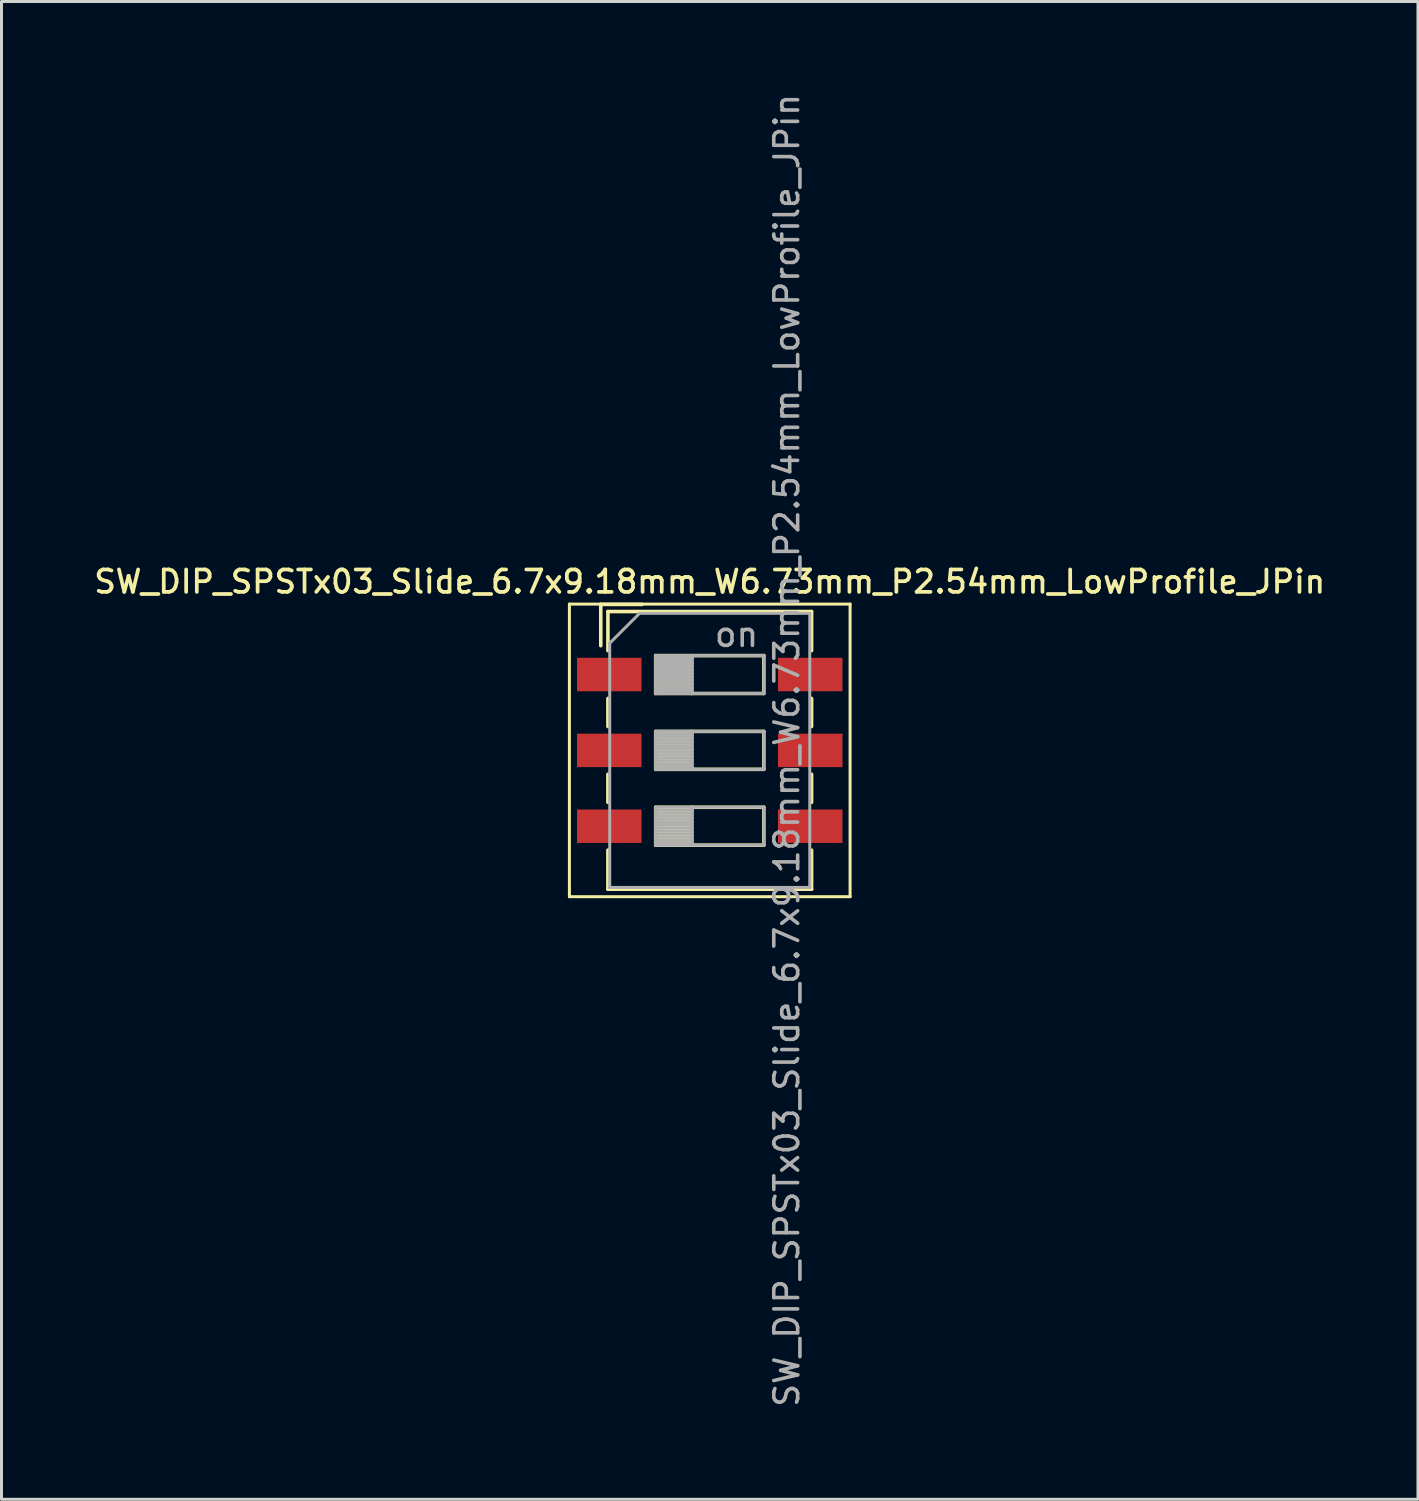
<source format=kicad_pcb>
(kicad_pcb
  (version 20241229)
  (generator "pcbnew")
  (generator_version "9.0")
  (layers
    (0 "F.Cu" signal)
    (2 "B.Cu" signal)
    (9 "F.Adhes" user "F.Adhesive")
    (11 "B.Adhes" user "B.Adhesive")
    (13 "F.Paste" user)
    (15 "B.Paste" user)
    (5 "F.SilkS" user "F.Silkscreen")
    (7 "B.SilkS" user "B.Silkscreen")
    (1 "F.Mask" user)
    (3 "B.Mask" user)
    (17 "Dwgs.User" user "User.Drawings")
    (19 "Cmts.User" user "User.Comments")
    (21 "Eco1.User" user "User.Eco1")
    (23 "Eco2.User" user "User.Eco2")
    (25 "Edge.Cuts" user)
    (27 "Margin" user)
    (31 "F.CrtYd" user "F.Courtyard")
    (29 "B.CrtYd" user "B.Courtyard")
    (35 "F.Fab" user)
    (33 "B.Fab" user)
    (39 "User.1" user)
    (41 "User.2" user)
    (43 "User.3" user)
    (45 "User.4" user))
  (footprint "SW_DIP_SPSTx03_Slide_6.7x9.18mm_W6.73mm_P2.54mm_LowProfile_JPin"
    (layer "F.Cu")
    (at 20.72 22.081)
    (property "Reference" "SW_DIP_SPSTx03_Slide_6.7x9.18mm_W6.73mm_P2.54mm_LowProfile_JPin" (at 0 -5.65 0) (layer "F.SilkS") (effects (font (size 0.75 0.75) (thickness 0.125))))
    (attr smd)
    (fp_line (start -4.7 -4.9) (end -4.7 4.9) (stroke (width 0.1) (type solid)) (layer "F.SilkS"))
    (fp_line (start -4.7 4.9) (end 4.7 4.9) (stroke (width 0.1) (type solid)) (layer "F.SilkS"))
    (fp_line (start -3.65 -4.89) (end -3.65 -3.507) (stroke (width 0.12) (type solid)) (layer "F.SilkS"))
    (fp_line (start -3.65 -4.89) (end -2.267 -4.89) (stroke (width 0.12) (type solid)) (layer "F.SilkS"))
    (fp_line (start -3.41 -4.65) (end -3.41 -3.34) (stroke (width 0.12) (type solid)) (layer "F.SilkS"))
    (fp_line (start -3.41 -4.65) (end 3.41 -4.65) (stroke (width 0.12) (type solid)) (layer "F.SilkS"))
    (fp_line (start -3.41 -1.74) (end -3.41 -0.8) (stroke (width 0.12) (type solid)) (layer "F.SilkS"))
    (fp_line (start -3.41 0.8) (end -3.41 1.74) (stroke (width 0.12) (type solid)) (layer "F.SilkS"))
    (fp_line (start -3.41 3.34) (end -3.41 4.65) (stroke (width 0.12) (type solid)) (layer "F.SilkS"))
    (fp_line (start -3.41 4.65) (end 3.41 4.65) (stroke (width 0.12) (type solid)) (layer "F.SilkS"))
    (fp_line (start -1.81 -3.175) (end -1.81 -1.905) (stroke (width 0.12) (type solid)) (layer "F.SilkS"))
    (fp_line (start -1.81 -3.055) (end -0.603 -3.055) (stroke (width 0.12) (type solid)) (layer "F.SilkS"))
    (fp_line (start -1.81 -2.935) (end -0.603 -2.935) (stroke (width 0.12) (type solid)) (layer "F.SilkS"))
    (fp_line (start -1.81 -2.815) (end -0.603 -2.815) (stroke (width 0.12) (type solid)) (layer "F.SilkS"))
    (fp_line (start -1.81 -2.695) (end -0.603 -2.695) (stroke (width 0.12) (type solid)) (layer "F.SilkS"))
    (fp_line (start -1.81 -2.575) (end -0.603 -2.575) (stroke (width 0.12) (type solid)) (layer "F.SilkS"))
    (fp_line (start -1.81 -2.455) (end -0.603 -2.455) (stroke (width 0.12) (type solid)) (layer "F.SilkS"))
    (fp_line (start -1.81 -2.335) (end -0.603 -2.335) (stroke (width 0.12) (type solid)) (layer "F.SilkS"))
    (fp_line (start -1.81 -2.215) (end -0.603 -2.215) (stroke (width 0.12) (type solid)) (layer "F.SilkS"))
    (fp_line (start -1.81 -2.095) (end -0.603 -2.095) (stroke (width 0.12) (type solid)) (layer "F.SilkS"))
    (fp_line (start -1.81 -1.975) (end -0.603 -1.975) (stroke (width 0.12) (type solid)) (layer "F.SilkS"))
    (fp_line (start -1.81 -1.905) (end 1.81 -1.905) (stroke (width 0.12) (type solid)) (layer "F.SilkS"))
    (fp_line (start -1.81 -0.635) (end -1.81 0.635) (stroke (width 0.12) (type solid)) (layer "F.SilkS"))
    (fp_line (start -1.81 -0.515) (end -0.603 -0.515) (stroke (width 0.12) (type solid)) (layer "F.SilkS"))
    (fp_line (start -1.81 -0.395) (end -0.603 -0.395) (stroke (width 0.12) (type solid)) (layer "F.SilkS"))
    (fp_line (start -1.81 -0.275) (end -0.603 -0.275) (stroke (width 0.12) (type solid)) (layer "F.SilkS"))
    (fp_line (start -1.81 -0.155) (end -0.603 -0.155) (stroke (width 0.12) (type solid)) (layer "F.SilkS"))
    (fp_line (start -1.81 -0.035) (end -0.603 -0.035) (stroke (width 0.12) (type solid)) (layer "F.SilkS"))
    (fp_line (start -1.81 0.085) (end -0.603 0.085) (stroke (width 0.12) (type solid)) (layer "F.SilkS"))
    (fp_line (start -1.81 0.205) (end -0.603 0.205) (stroke (width 0.12) (type solid)) (layer "F.SilkS"))
    (fp_line (start -1.81 0.325) (end -0.603 0.325) (stroke (width 0.12) (type solid)) (layer "F.SilkS"))
    (fp_line (start -1.81 0.445) (end -0.603 0.445) (stroke (width 0.12) (type solid)) (layer "F.SilkS"))
    (fp_line (start -1.81 0.565) (end -0.603 0.565) (stroke (width 0.12) (type solid)) (layer "F.SilkS"))
    (fp_line (start -1.81 0.635) (end 1.81 0.635) (stroke (width 0.12) (type solid)) (layer "F.SilkS"))
    (fp_line (start -1.81 1.905) (end -1.81 3.175) (stroke (width 0.12) (type solid)) (layer "F.SilkS"))
    (fp_line (start -1.81 2.025) (end -0.603 2.025) (stroke (width 0.12) (type solid)) (layer "F.SilkS"))
    (fp_line (start -1.81 2.145) (end -0.603 2.145) (stroke (width 0.12) (type solid)) (layer "F.SilkS"))
    (fp_line (start -1.81 2.265) (end -0.603 2.265) (stroke (width 0.12) (type solid)) (layer "F.SilkS"))
    (fp_line (start -1.81 2.385) (end -0.603 2.385) (stroke (width 0.12) (type solid)) (layer "F.SilkS"))
    (fp_line (start -1.81 2.505) (end -0.603 2.505) (stroke (width 0.12) (type solid)) (layer "F.SilkS"))
    (fp_line (start -1.81 2.625) (end -0.603 2.625) (stroke (width 0.12) (type solid)) (layer "F.SilkS"))
    (fp_line (start -1.81 2.745) (end -0.603 2.745) (stroke (width 0.12) (type solid)) (layer "F.SilkS"))
    (fp_line (start -1.81 2.865) (end -0.603 2.865) (stroke (width 0.12) (type solid)) (layer "F.SilkS"))
    (fp_line (start -1.81 2.985) (end -0.603 2.985) (stroke (width 0.12) (type solid)) (layer "F.SilkS"))
    (fp_line (start -1.81 3.105) (end -0.603 3.105) (stroke (width 0.12) (type solid)) (layer "F.SilkS"))
    (fp_line (start -1.81 3.175) (end 1.81 3.175) (stroke (width 0.12) (type solid)) (layer "F.SilkS"))
    (fp_line (start -0.603 -3.175) (end -0.603 -1.905) (stroke (width 0.12) (type solid)) (layer "F.SilkS"))
    (fp_line (start -0.603 -0.635) (end -0.603 0.635) (stroke (width 0.12) (type solid)) (layer "F.SilkS"))
    (fp_line (start -0.603 1.905) (end -0.603 3.175) (stroke (width 0.12) (type solid)) (layer "F.SilkS"))
    (fp_line (start 1.81 -3.175) (end -1.81 -3.175) (stroke (width 0.12) (type solid)) (layer "F.SilkS"))
    (fp_line (start 1.81 -1.905) (end 1.81 -3.175) (stroke (width 0.12) (type solid)) (layer "F.SilkS"))
    (fp_line (start 1.81 -0.635) (end -1.81 -0.635) (stroke (width 0.12) (type solid)) (layer "F.SilkS"))
    (fp_line (start 1.81 0.635) (end 1.81 -0.635) (stroke (width 0.12) (type solid)) (layer "F.SilkS"))
    (fp_line (start 1.81 1.905) (end -1.81 1.905) (stroke (width 0.12) (type solid)) (layer "F.SilkS"))
    (fp_line (start 1.81 3.175) (end 1.81 1.905) (stroke (width 0.12) (type solid)) (layer "F.SilkS"))
    (fp_line (start 3.41 -4.65) (end 3.41 -3.34) (stroke (width 0.12) (type solid)) (layer "F.SilkS"))
    (fp_line (start 3.41 -1.74) (end 3.41 -0.8) (stroke (width 0.12) (type solid)) (layer "F.SilkS"))
    (fp_line (start 3.41 0.8) (end 3.41 1.74) (stroke (width 0.12) (type solid)) (layer "F.SilkS"))
    (fp_line (start 3.41 3.34) (end 3.41 4.65) (stroke (width 0.12) (type solid)) (layer "F.SilkS"))
    (fp_line (start 4.7 -4.9) (end -4.7 -4.9) (stroke (width 0.1) (type solid)) (layer "F.SilkS"))
    (fp_line (start 4.7 4.9) (end 4.7 -4.9) (stroke (width 0.1) (type solid)) (layer "F.SilkS"))
    (fp_line (start -3.35 -3.59) (end -2.35 -4.59) (stroke (width 0.1) (type solid)) (layer "F.Fab"))
    (fp_line (start -3.35 4.59) (end -3.35 -3.59) (stroke (width 0.1) (type solid)) (layer "F.Fab"))
    (fp_line (start -2.35 -4.59) (end 3.35 -4.59) (stroke (width 0.1) (type solid)) (layer "F.Fab"))
    (fp_line (start -1.81 -3.175) (end -1.81 -1.905) (stroke (width 0.1) (type solid)) (layer "F.Fab"))
    (fp_line (start -1.81 -3.075) (end -0.603 -3.075) (stroke (width 0.1) (type solid)) (layer "F.Fab"))
    (fp_line (start -1.81 -2.975) (end -0.603 -2.975) (stroke (width 0.1) (type solid)) (layer "F.Fab"))
    (fp_line (start -1.81 -2.875) (end -0.603 -2.875) (stroke (width 0.1) (type solid)) (layer "F.Fab"))
    (fp_line (start -1.81 -2.775) (end -0.603 -2.775) (stroke (width 0.1) (type solid)) (layer "F.Fab"))
    (fp_line (start -1.81 -2.675) (end -0.603 -2.675) (stroke (width 0.1) (type solid)) (layer "F.Fab"))
    (fp_line (start -1.81 -2.575) (end -0.603 -2.575) (stroke (width 0.1) (type solid)) (layer "F.Fab"))
    (fp_line (start -1.81 -2.475) (end -0.603 -2.475) (stroke (width 0.1) (type solid)) (layer "F.Fab"))
    (fp_line (start -1.81 -2.375) (end -0.603 -2.375) (stroke (width 0.1) (type solid)) (layer "F.Fab"))
    (fp_line (start -1.81 -2.275) (end -0.603 -2.275) (stroke (width 0.1) (type solid)) (layer "F.Fab"))
    (fp_line (start -1.81 -2.175) (end -0.603 -2.175) (stroke (width 0.1) (type solid)) (layer "F.Fab"))
    (fp_line (start -1.81 -2.075) (end -0.603 -2.075) (stroke (width 0.1) (type solid)) (layer "F.Fab"))
    (fp_line (start -1.81 -1.975) (end -0.603 -1.975) (stroke (width 0.1) (type solid)) (layer "F.Fab"))
    (fp_line (start -1.81 -1.905) (end 1.81 -1.905) (stroke (width 0.1) (type solid)) (layer "F.Fab"))
    (fp_line (start -1.81 -0.635) (end -1.81 0.635) (stroke (width 0.1) (type solid)) (layer "F.Fab"))
    (fp_line (start -1.81 -0.535) (end -0.603 -0.535) (stroke (width 0.1) (type solid)) (layer "F.Fab"))
    (fp_line (start -1.81 -0.435) (end -0.603 -0.435) (stroke (width 0.1) (type solid)) (layer "F.Fab"))
    (fp_line (start -1.81 -0.335) (end -0.603 -0.335) (stroke (width 0.1) (type solid)) (layer "F.Fab"))
    (fp_line (start -1.81 -0.235) (end -0.603 -0.235) (stroke (width 0.1) (type solid)) (layer "F.Fab"))
    (fp_line (start -1.81 -0.135) (end -0.603 -0.135) (stroke (width 0.1) (type solid)) (layer "F.Fab"))
    (fp_line (start -1.81 -0.035) (end -0.603 -0.035) (stroke (width 0.1) (type solid)) (layer "F.Fab"))
    (fp_line (start -1.81 0.065) (end -0.603 0.065) (stroke (width 0.1) (type solid)) (layer "F.Fab"))
    (fp_line (start -1.81 0.165) (end -0.603 0.165) (stroke (width 0.1) (type solid)) (layer "F.Fab"))
    (fp_line (start -1.81 0.265) (end -0.603 0.265) (stroke (width 0.1) (type solid)) (layer "F.Fab"))
    (fp_line (start -1.81 0.365) (end -0.603 0.365) (stroke (width 0.1) (type solid)) (layer "F.Fab"))
    (fp_line (start -1.81 0.465) (end -0.603 0.465) (stroke (width 0.1) (type solid)) (layer "F.Fab"))
    (fp_line (start -1.81 0.565) (end -0.603 0.565) (stroke (width 0.1) (type solid)) (layer "F.Fab"))
    (fp_line (start -1.81 0.635) (end 1.81 0.635) (stroke (width 0.1) (type solid)) (layer "F.Fab"))
    (fp_line (start -1.81 1.905) (end -1.81 3.175) (stroke (width 0.1) (type solid)) (layer "F.Fab"))
    (fp_line (start -1.81 2.005) (end -0.603 2.005) (stroke (width 0.1) (type solid)) (layer "F.Fab"))
    (fp_line (start -1.81 2.105) (end -0.603 2.105) (stroke (width 0.1) (type solid)) (layer "F.Fab"))
    (fp_line (start -1.81 2.205) (end -0.603 2.205) (stroke (width 0.1) (type solid)) (layer "F.Fab"))
    (fp_line (start -1.81 2.305) (end -0.603 2.305) (stroke (width 0.1) (type solid)) (layer "F.Fab"))
    (fp_line (start -1.81 2.405) (end -0.603 2.405) (stroke (width 0.1) (type solid)) (layer "F.Fab"))
    (fp_line (start -1.81 2.505) (end -0.603 2.505) (stroke (width 0.1) (type solid)) (layer "F.Fab"))
    (fp_line (start -1.81 2.605) (end -0.603 2.605) (stroke (width 0.1) (type solid)) (layer "F.Fab"))
    (fp_line (start -1.81 2.705) (end -0.603 2.705) (stroke (width 0.1) (type solid)) (layer "F.Fab"))
    (fp_line (start -1.81 2.805) (end -0.603 2.805) (stroke (width 0.1) (type solid)) (layer "F.Fab"))
    (fp_line (start -1.81 2.905) (end -0.603 2.905) (stroke (width 0.1) (type solid)) (layer "F.Fab"))
    (fp_line (start -1.81 3.005) (end -0.603 3.005) (stroke (width 0.1) (type solid)) (layer "F.Fab"))
    (fp_line (start -1.81 3.105) (end -0.603 3.105) (stroke (width 0.1) (type solid)) (layer "F.Fab"))
    (fp_line (start -1.81 3.175) (end 1.81 3.175) (stroke (width 0.1) (type solid)) (layer "F.Fab"))
    (fp_line (start -0.603 -3.175) (end -0.603 -1.905) (stroke (width 0.1) (type solid)) (layer "F.Fab"))
    (fp_line (start -0.603 -0.635) (end -0.603 0.635) (stroke (width 0.1) (type solid)) (layer "F.Fab"))
    (fp_line (start -0.603 1.905) (end -0.603 3.175) (stroke (width 0.1) (type solid)) (layer "F.Fab"))
    (fp_line (start 1.81 -3.175) (end -1.81 -3.175) (stroke (width 0.1) (type solid)) (layer "F.Fab"))
    (fp_line (start 1.81 -1.905) (end 1.81 -3.175) (stroke (width 0.1) (type solid)) (layer "F.Fab"))
    (fp_line (start 1.81 -0.635) (end -1.81 -0.635) (stroke (width 0.1) (type solid)) (layer "F.Fab"))
    (fp_line (start 1.81 0.635) (end 1.81 -0.635) (stroke (width 0.1) (type solid)) (layer "F.Fab"))
    (fp_line (start 1.81 1.905) (end -1.81 1.905) (stroke (width 0.1) (type solid)) (layer "F.Fab"))
    (fp_line (start 1.81 3.175) (end 1.81 1.905) (stroke (width 0.1) (type solid)) (layer "F.Fab"))
    (fp_line (start 3.35 -4.59) (end 3.35 4.59) (stroke (width 0.1) (type solid)) (layer "F.Fab"))
    (fp_line (start 3.35 4.59) (end -3.35 4.59) (stroke (width 0.1) (type solid)) (layer "F.Fab"))
    (fp_text user "${REFERENCE}" (at 2.58 0 90) (layer "F.Fab") (effects (font (size 0.8 0.8) (thickness 0.12))))
    (fp_text user "on" (at 0.897 -3.882 0) (layer "F.Fab") (effects (font (size 0.8 0.8) (thickness 0.12))))
    (pad "1" smd rect (at -3.365 -2.54) (size 2.16 1.12) (layers "F.Cu" "F.Mask" "F.Paste"))
    (pad "2" smd rect (at -3.365 0) (size 2.16 1.12) (layers "F.Cu" "F.Mask" "F.Paste"))
    (pad "3" smd rect (at -3.365 2.54) (size 2.16 1.12) (layers "F.Cu" "F.Mask" "F.Paste"))
    (pad "4" smd rect (at 3.365 2.54) (size 2.16 1.12) (layers "F.Cu" "F.Mask" "F.Paste"))
    (pad "5" smd rect (at 3.365 0) (size 2.16 1.12) (layers "F.Cu" "F.Mask" "F.Paste"))
    (pad "6" smd rect (at 3.365 -2.54) (size 2.16 1.12) (layers "F.Cu" "F.Mask" "F.Paste")))
  (gr_rect
    (start -3 -3)
    (end 44.439 47.162)
    (stroke (width 0.1) (type default))
    (fill no)
    (layer "Edge.Cuts")))
</source>
